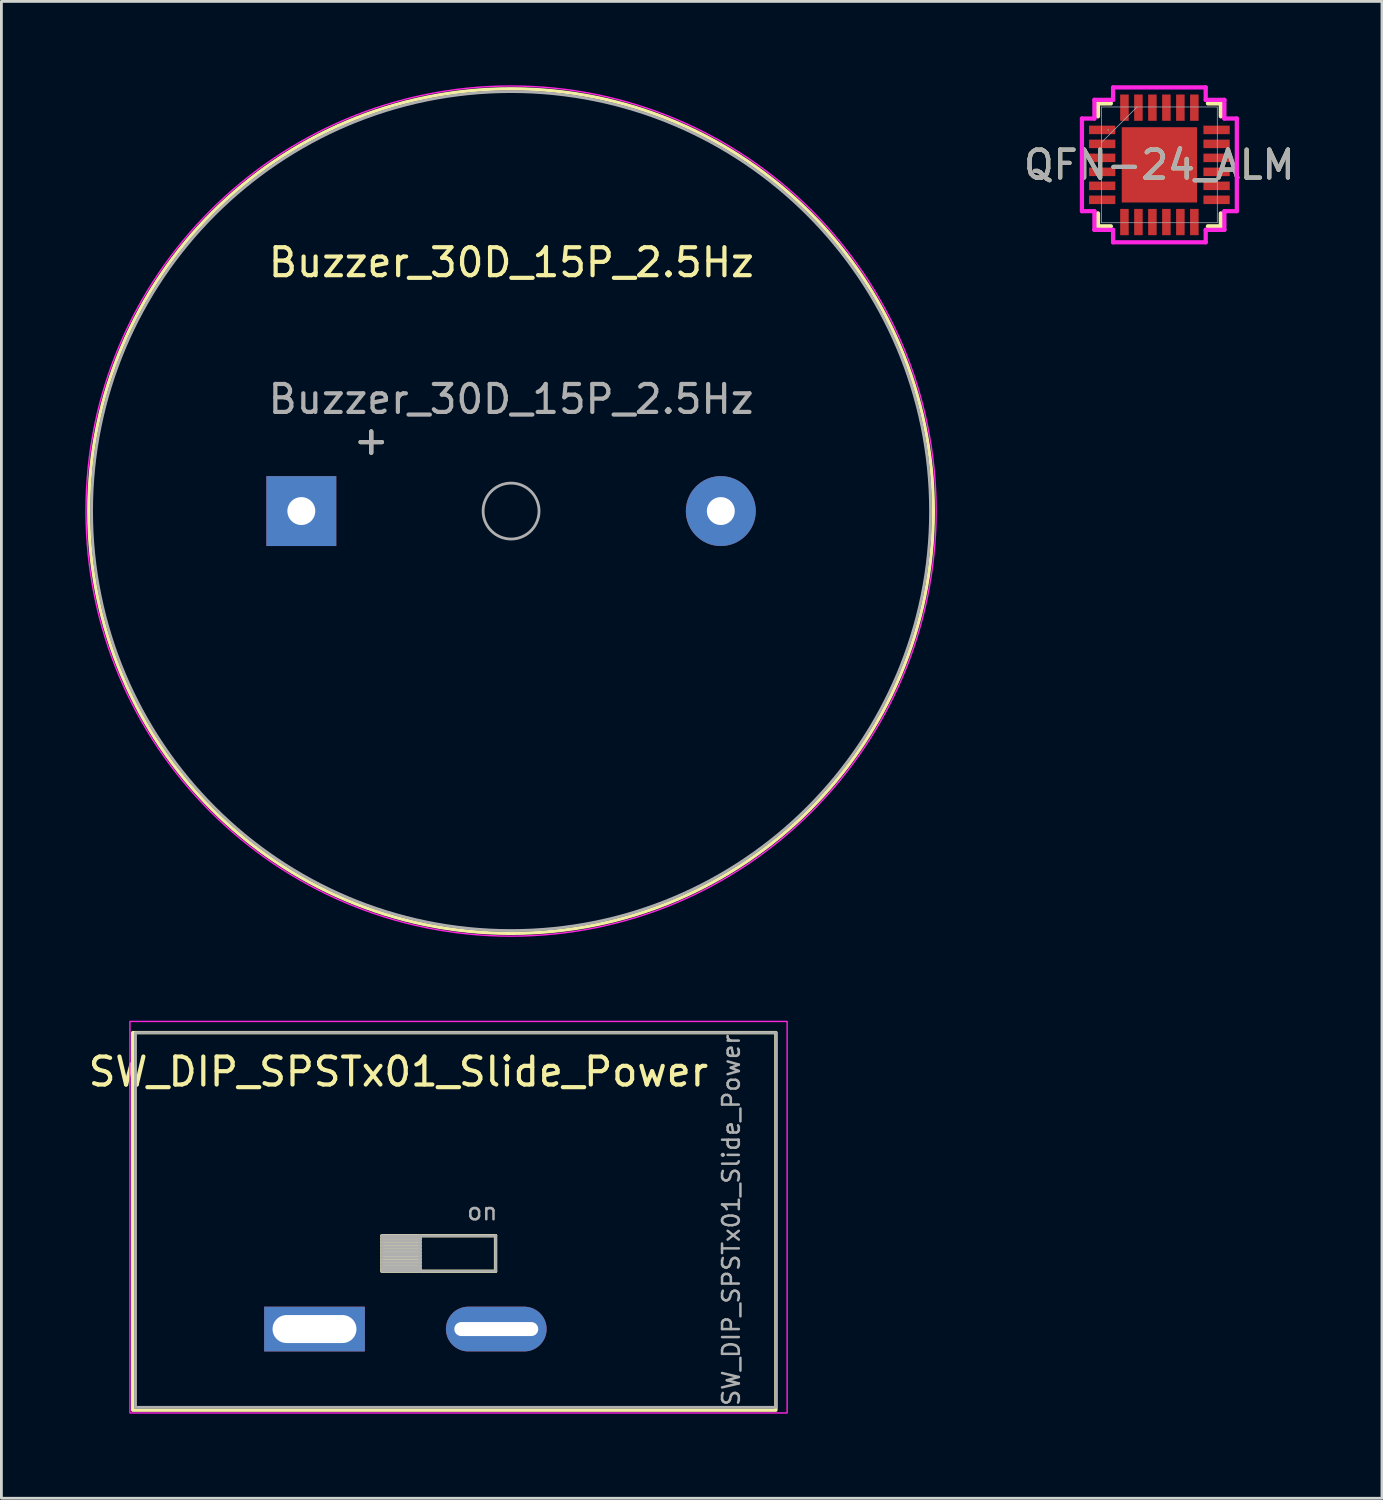
<source format=kicad_pcb>
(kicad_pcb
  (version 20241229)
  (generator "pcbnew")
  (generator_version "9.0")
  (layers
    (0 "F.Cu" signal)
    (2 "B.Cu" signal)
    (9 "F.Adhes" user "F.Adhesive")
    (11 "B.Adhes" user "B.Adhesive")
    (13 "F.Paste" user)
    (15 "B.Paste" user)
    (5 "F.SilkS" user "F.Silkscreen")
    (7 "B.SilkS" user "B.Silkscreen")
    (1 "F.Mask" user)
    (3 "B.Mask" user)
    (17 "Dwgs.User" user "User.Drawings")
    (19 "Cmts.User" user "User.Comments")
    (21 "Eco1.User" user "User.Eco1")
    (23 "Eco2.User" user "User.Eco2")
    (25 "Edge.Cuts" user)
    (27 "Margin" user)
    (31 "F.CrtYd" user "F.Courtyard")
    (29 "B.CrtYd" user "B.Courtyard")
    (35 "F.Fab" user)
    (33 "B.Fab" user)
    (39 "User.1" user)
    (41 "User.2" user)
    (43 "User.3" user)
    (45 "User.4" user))
  (footprint "SW_DIP_SPSTx01_Slide_Power"
    (layer "F.Cu")
    (at 1.796 47.275)
    (property "Reference" "SW_DIP_SPSTx01_Slide_Power" (at 9.4 -12 0) (layer "F.SilkS") (effects (font (size 1 1) (thickness 0.15))))
    (attr through_hole)
    (fp_line (start 8.815 -6.138) (end 8.815 -4.867) (stroke (width 0.12) (type solid)) (layer "F.SilkS"))
    (fp_line (start 8.815 -6.018) (end 10.168 -6.018) (stroke (width 0.12) (type solid)) (layer "F.SilkS"))
    (fp_line (start 8.815 -5.897) (end 10.168 -5.897) (stroke (width 0.12) (type solid)) (layer "F.SilkS"))
    (fp_line (start 8.815 -5.777) (end 10.168 -5.777) (stroke (width 0.12) (type solid)) (layer "F.SilkS"))
    (fp_line (start 8.815 -5.657) (end 10.168 -5.657) (stroke (width 0.12) (type solid)) (layer "F.SilkS"))
    (fp_line (start 8.815 -5.537) (end 10.168 -5.537) (stroke (width 0.12) (type solid)) (layer "F.SilkS"))
    (fp_line (start 8.815 -5.418) (end 10.168 -5.418) (stroke (width 0.12) (type solid)) (layer "F.SilkS"))
    (fp_line (start 8.815 -5.298) (end 10.168 -5.298) (stroke (width 0.12) (type solid)) (layer "F.SilkS"))
    (fp_line (start 8.815 -5.178) (end 10.168 -5.178) (stroke (width 0.12) (type solid)) (layer "F.SilkS"))
    (fp_line (start 8.815 -5.058) (end 10.168 -5.058) (stroke (width 0.12) (type solid)) (layer "F.SilkS"))
    (fp_line (start 8.815 -4.938) (end 10.168 -4.938) (stroke (width 0.12) (type solid)) (layer "F.SilkS"))
    (fp_line (start 8.815 -4.867) (end 12.875 -4.867) (stroke (width 0.12) (type solid)) (layer "F.SilkS"))
    (fp_line (start 10.168 -6.138) (end 10.168 -4.867) (stroke (width 0.12) (type solid)) (layer "F.SilkS"))
    (fp_line (start 12.875 -6.138) (end 8.815 -6.138) (stroke (width 0.12) (type solid)) (layer "F.SilkS"))
    (fp_line (start 12.875 -4.867) (end 12.875 -6.138) (stroke (width 0.12) (type solid)) (layer "F.SilkS"))
    (fp_rect (start -0.1 -13.4) (end 22.9 0.1) (stroke (width 0.12) (type default)) (fill no) (layer "F.SilkS"))
    (fp_rect (start -0.2 -13.8) (end 23.3 0.2) (stroke (width 0.05) (type default)) (fill no) (layer "F.CrtYd"))
    (fp_line (start 8.815 -6.138) (end 8.815 -4.867) (stroke (width 0.1) (type solid)) (layer "F.Fab"))
    (fp_line (start 8.815 -6.037) (end 10.168 -6.037) (stroke (width 0.1) (type solid)) (layer "F.Fab"))
    (fp_line (start 8.815 -5.938) (end 10.168 -5.938) (stroke (width 0.1) (type solid)) (layer "F.Fab"))
    (fp_line (start 8.815 -5.838) (end 10.168 -5.838) (stroke (width 0.1) (type solid)) (layer "F.Fab"))
    (fp_line (start 8.815 -5.737) (end 10.168 -5.737) (stroke (width 0.1) (type solid)) (layer "F.Fab"))
    (fp_line (start 8.815 -5.638) (end 10.168 -5.638) (stroke (width 0.1) (type solid)) (layer "F.Fab"))
    (fp_line (start 8.815 -5.537) (end 10.168 -5.537) (stroke (width 0.1) (type solid)) (layer "F.Fab"))
    (fp_line (start 8.815 -5.438) (end 10.168 -5.438) (stroke (width 0.1) (type solid)) (layer "F.Fab"))
    (fp_line (start 8.815 -5.338) (end 10.168 -5.338) (stroke (width 0.1) (type solid)) (layer "F.Fab"))
    (fp_line (start 8.815 -5.237) (end 10.168 -5.237) (stroke (width 0.1) (type solid)) (layer "F.Fab"))
    (fp_line (start 8.815 -5.138) (end 10.168 -5.138) (stroke (width 0.1) (type solid)) (layer "F.Fab"))
    (fp_line (start 8.815 -5.037) (end 10.168 -5.037) (stroke (width 0.1) (type solid)) (layer "F.Fab"))
    (fp_line (start 8.815 -4.938) (end 10.168 -4.938) (stroke (width 0.1) (type solid)) (layer "F.Fab"))
    (fp_line (start 8.815 -4.867) (end 12.875 -4.867) (stroke (width 0.1) (type solid)) (layer "F.Fab"))
    (fp_line (start 10.168 -6.138) (end 10.168 -4.867) (stroke (width 0.1) (type solid)) (layer "F.Fab"))
    (fp_line (start 12.875 -6.138) (end 8.815 -6.138) (stroke (width 0.1) (type solid)) (layer "F.Fab"))
    (fp_line (start 12.875 -4.867) (end 12.875 -6.138) (stroke (width 0.1) (type solid)) (layer "F.Fab"))
    (fp_rect (start 0 -13.4) (end 22.9 0) (stroke (width 0.1) (type default)) (fill no) (layer "F.Fab"))
    (fp_text user "${REFERENCE}" (at 21.3 -6.7 90) (layer "F.Fab") (effects (font (size 0.6 0.6) (thickness 0.09))))
    (fp_text user "on" (at 12.4 -7 0) (layer "F.Fab") (effects (font (size 0.6 0.6) (thickness 0.09))))
    (pad "1" thru_hole rect (at 6.4 -2.8) (size 3.6 1.6) (drill oval 3 1) (layers "*.Cu" "*.Mask"))
    (pad "2" thru_hole oval (at 12.9 -2.8) (size 3.6 1.6) (drill oval 3 0.5) (layers "*.Cu" "*.Mask")))
  (footprint "QFN-24_ALM"
    (layer "F.Cu")
    (at 38.408 2.845)
    (property "Reference" "QFN-24_ALM" (at 0 0 0) (unlocked yes) (layer "F.SilkS") (effects (font (size 1 1) (thickness 0.15))))
    (attr smd)
    (fp_line (start -2.197 -2.197) (end -2.197 -1.735) (stroke (width 0.152) (type solid)) (layer "F.SilkS"))
    (fp_line (start -2.197 1.735) (end -2.197 2.197) (stroke (width 0.152) (type solid)) (layer "F.SilkS"))
    (fp_line (start -2.197 2.197) (end -1.735 2.197) (stroke (width 0.152) (type solid)) (layer "F.SilkS"))
    (fp_line (start -1.735 -2.197) (end -2.197 -2.197) (stroke (width 0.152) (type solid)) (layer "F.SilkS"))
    (fp_line (start 1.735 2.197) (end 2.197 2.197) (stroke (width 0.152) (type solid)) (layer "F.SilkS"))
    (fp_line (start 2.197 -2.197) (end 1.735 -2.197) (stroke (width 0.152) (type solid)) (layer "F.SilkS"))
    (fp_line (start 2.197 -1.735) (end 2.197 -2.197) (stroke (width 0.152) (type solid)) (layer "F.SilkS"))
    (fp_line (start 2.197 2.197) (end 2.197 1.735) (stroke (width 0.152) (type solid)) (layer "F.SilkS"))
    (fp_poly (pts (xy -1.246 -1.246) (xy -1.246 -0.1) (xy -0.1 -0.1) (xy -0.1 -1.246)) (stroke (width 0) (type solid)) (fill yes) (layer "F.Paste"))
    (fp_poly (pts (xy -1.246 0.1) (xy -1.246 1.246) (xy -0.1 1.246) (xy -0.1 0.1)) (stroke (width 0) (type solid)) (fill yes) (layer "F.Paste"))
    (fp_poly (pts (xy 0.1 -1.246) (xy 0.1 -0.1) (xy 1.246 -0.1) (xy 1.246 -1.246)) (stroke (width 0) (type solid)) (fill yes) (layer "F.Paste"))
    (fp_poly (pts (xy 0.1 0.1) (xy 0.1 1.246) (xy 1.246 1.246) (xy 1.246 0.1)) (stroke (width 0) (type solid)) (fill yes) (layer "F.Paste"))
    (fp_line (start -2.769 -1.656) (end -2.324 -1.656) (stroke (width 0.152) (type solid)) (layer "F.CrtYd"))
    (fp_line (start -2.769 1.656) (end -2.769 -1.656) (stroke (width 0.152) (type solid)) (layer "F.CrtYd"))
    (fp_line (start -2.324 -2.324) (end -1.656 -2.324) (stroke (width 0.152) (type solid)) (layer "F.CrtYd"))
    (fp_line (start -2.324 -1.656) (end -2.324 -2.324) (stroke (width 0.152) (type solid)) (layer "F.CrtYd"))
    (fp_line (start -2.324 1.656) (end -2.769 1.656) (stroke (width 0.152) (type solid)) (layer "F.CrtYd"))
    (fp_line (start -2.324 2.324) (end -2.324 1.656) (stroke (width 0.152) (type solid)) (layer "F.CrtYd"))
    (fp_line (start -1.656 -2.769) (end 1.656 -2.769) (stroke (width 0.152) (type solid)) (layer "F.CrtYd"))
    (fp_line (start -1.656 -2.324) (end -1.656 -2.769) (stroke (width 0.152) (type solid)) (layer "F.CrtYd"))
    (fp_line (start -1.656 2.324) (end -2.324 2.324) (stroke (width 0.152) (type solid)) (layer "F.CrtYd"))
    (fp_line (start -1.656 2.769) (end -1.656 2.324) (stroke (width 0.152) (type solid)) (layer "F.CrtYd"))
    (fp_line (start 1.656 -2.769) (end 1.656 -2.324) (stroke (width 0.152) (type solid)) (layer "F.CrtYd"))
    (fp_line (start 1.656 -2.324) (end 2.324 -2.324) (stroke (width 0.152) (type solid)) (layer "F.CrtYd"))
    (fp_line (start 1.656 2.324) (end 1.656 2.769) (stroke (width 0.152) (type solid)) (layer "F.CrtYd"))
    (fp_line (start 1.656 2.769) (end -1.656 2.769) (stroke (width 0.152) (type solid)) (layer "F.CrtYd"))
    (fp_line (start 2.324 -2.324) (end 2.324 -1.656) (stroke (width 0.152) (type solid)) (layer "F.CrtYd"))
    (fp_line (start 2.324 -1.656) (end 2.769 -1.656) (stroke (width 0.152) (type solid)) (layer "F.CrtYd"))
    (fp_line (start 2.324 1.656) (end 2.324 2.324) (stroke (width 0.152) (type solid)) (layer "F.CrtYd"))
    (fp_line (start 2.324 2.324) (end 1.656 2.324) (stroke (width 0.152) (type solid)) (layer "F.CrtYd"))
    (fp_line (start 2.769 -1.656) (end 2.769 1.656) (stroke (width 0.152) (type solid)) (layer "F.CrtYd"))
    (fp_line (start 2.769 1.656) (end 2.324 1.656) (stroke (width 0.152) (type solid)) (layer "F.CrtYd"))
    (fp_line (start -2.07 -2.07) (end -2.07 2.07) (stroke (width 0.025) (type solid)) (layer "F.Fab"))
    (fp_line (start -2.07 -0.8) (end -0.8 -2.07) (stroke (width 0.025) (type solid)) (layer "F.Fab"))
    (fp_line (start -2.07 2.07) (end 2.07 2.07) (stroke (width 0.025) (type solid)) (layer "F.Fab"))
    (fp_line (start 2.07 -2.07) (end -2.07 -2.07) (stroke (width 0.025) (type solid)) (layer "F.Fab"))
    (fp_line (start 2.07 2.07) (end 2.07 -2.07) (stroke (width 0.025) (type solid)) (layer "F.Fab"))
    (fp_circle (center -1.829 -1.25) (end -1.829 -1.25) (stroke (width 0.025) (type solid)) (fill no) (layer "F.Fab"))
    (fp_text user "${REFERENCE}" (at 0 0 0) (unlocked yes) (layer "F.Fab") (effects (font (size 1 1) (thickness 0.15))))
    (pad "1" smd rect (at -2.045 -1.25) (size 0.94 0.305) (layers "F.Cu" "F.Mask" "F.Paste"))
    (pad "2" smd rect (at -2.045 -0.75) (size 0.94 0.305) (layers "F.Cu" "F.Mask" "F.Paste"))
    (pad "3" smd rect (at -2.045 -0.25) (size 0.94 0.305) (layers "F.Cu" "F.Mask" "F.Paste"))
    (pad "4" smd rect (at -2.045 0.25) (size 0.94 0.305) (layers "F.Cu" "F.Mask" "F.Paste"))
    (pad "5" smd rect (at -2.045 0.75) (size 0.94 0.305) (layers "F.Cu" "F.Mask" "F.Paste"))
    (pad "6" smd rect (at -2.045 1.25) (size 0.94 0.305) (layers "F.Cu" "F.Mask" "F.Paste"))
    (pad "7" smd rect (at -1.25 2.045 90) (size 0.94 0.305) (layers "F.Cu" "F.Mask" "F.Paste"))
    (pad "8" smd rect (at -0.75 2.045 90) (size 0.94 0.305) (layers "F.Cu" "F.Mask" "F.Paste"))
    (pad "9" smd rect (at -0.25 2.045 90) (size 0.94 0.305) (layers "F.Cu" "F.Mask" "F.Paste"))
    (pad "10" smd rect (at 0.25 2.045 90) (size 0.94 0.305) (layers "F.Cu" "F.Mask" "F.Paste"))
    (pad "11" smd rect (at 0.75 2.045 90) (size 0.94 0.305) (layers "F.Cu" "F.Mask" "F.Paste"))
    (pad "12" smd rect (at 1.25 2.045 90) (size 0.94 0.305) (layers "F.Cu" "F.Mask" "F.Paste"))
    (pad "13" smd rect (at 2.045 1.25) (size 0.94 0.305) (layers "F.Cu" "F.Mask" "F.Paste"))
    (pad "14" smd rect (at 2.045 0.75) (size 0.94 0.305) (layers "F.Cu" "F.Mask" "F.Paste"))
    (pad "15" smd rect (at 2.045 0.25) (size 0.94 0.305) (layers "F.Cu" "F.Mask" "F.Paste"))
    (pad "16" smd rect (at 2.045 -0.25) (size 0.94 0.305) (layers "F.Cu" "F.Mask" "F.Paste"))
    (pad "17" smd rect (at 2.045 -0.75) (size 0.94 0.305) (layers "F.Cu" "F.Mask" "F.Paste"))
    (pad "18" smd rect (at 2.045 -1.25) (size 0.94 0.305) (layers "F.Cu" "F.Mask" "F.Paste"))
    (pad "19" smd rect (at 1.25 -2.045 90) (size 0.94 0.305) (layers "F.Cu" "F.Mask" "F.Paste"))
    (pad "20" smd rect (at 0.75 -2.045 90) (size 0.94 0.305) (layers "F.Cu" "F.Mask" "F.Paste"))
    (pad "21" smd rect (at 0.25 -2.045 90) (size 0.94 0.305) (layers "F.Cu" "F.Mask" "F.Paste"))
    (pad "22" smd rect (at -0.25 -2.045 90) (size 0.94 0.305) (layers "F.Cu" "F.Mask" "F.Paste"))
    (pad "23" smd rect (at -0.75 -2.045 90) (size 0.94 0.305) (layers "F.Cu" "F.Mask" "F.Paste"))
    (pad "24" smd rect (at -1.25 -2.045 90) (size 0.94 0.305) (layers "F.Cu" "F.Mask" "F.Paste"))
    (pad "25" smd rect (at 0 0) (size 2.692 2.692) (layers "F.Cu" "F.Mask")))
  (footprint "Buzzer_30D_15P_2.5Hz"
    (layer "F.Cu")
    (at 15.225 15.225)
    (property "Reference" "Buzzer_30D_15P_2.5Hz" (at 0.01 -8.89 0) (layer "F.SilkS") (effects (font (size 1 1) (thickness 0.15))))
    (attr through_hole)
    (fp_circle (center 0 0) (end 15.1 0) (stroke (width 0.12) (type solid)) (fill no) (layer "F.SilkS"))
    (fp_circle (center 0 0) (end 15.2 0) (stroke (width 0.05) (type solid)) (fill no) (layer "F.CrtYd"))
    (fp_circle (center 0 0) (end 1 0) (stroke (width 0.1) (type solid)) (fill no) (layer "F.Fab"))
    (fp_circle (center 0 0) (end 15 -0.1) (stroke (width 0.1) (type solid)) (fill no) (layer "F.Fab"))
    (fp_text user "+" (at -5 -2.54 0) (layer "F.SilkS") (effects (font (size 1 1) (thickness 0.15))))
    (fp_text user "${REFERENCE}" (at 0 -4 0) (layer "F.Fab") (effects (font (size 1 1) (thickness 0.15))))
    (fp_text user "+" (at -5 -2.54 0) (layer "F.Fab") (effects (font (size 1 1) (thickness 0.15))))
    (pad "1" thru_hole rect (at -7.5 0) (size 2.5 2.5) (drill 1) (layers "*.Cu" "*.Mask"))
    (pad "2" thru_hole circle (at 7.5 0) (size 2.5 2.5) (drill 1) (layers "*.Cu" "*.Mask")))
  (gr_rect
    (start -3 -3)
    (end 46.367 50.525)
    (stroke (width 0.1) (type default))
    (fill no)
    (layer "Edge.Cuts")))
</source>
